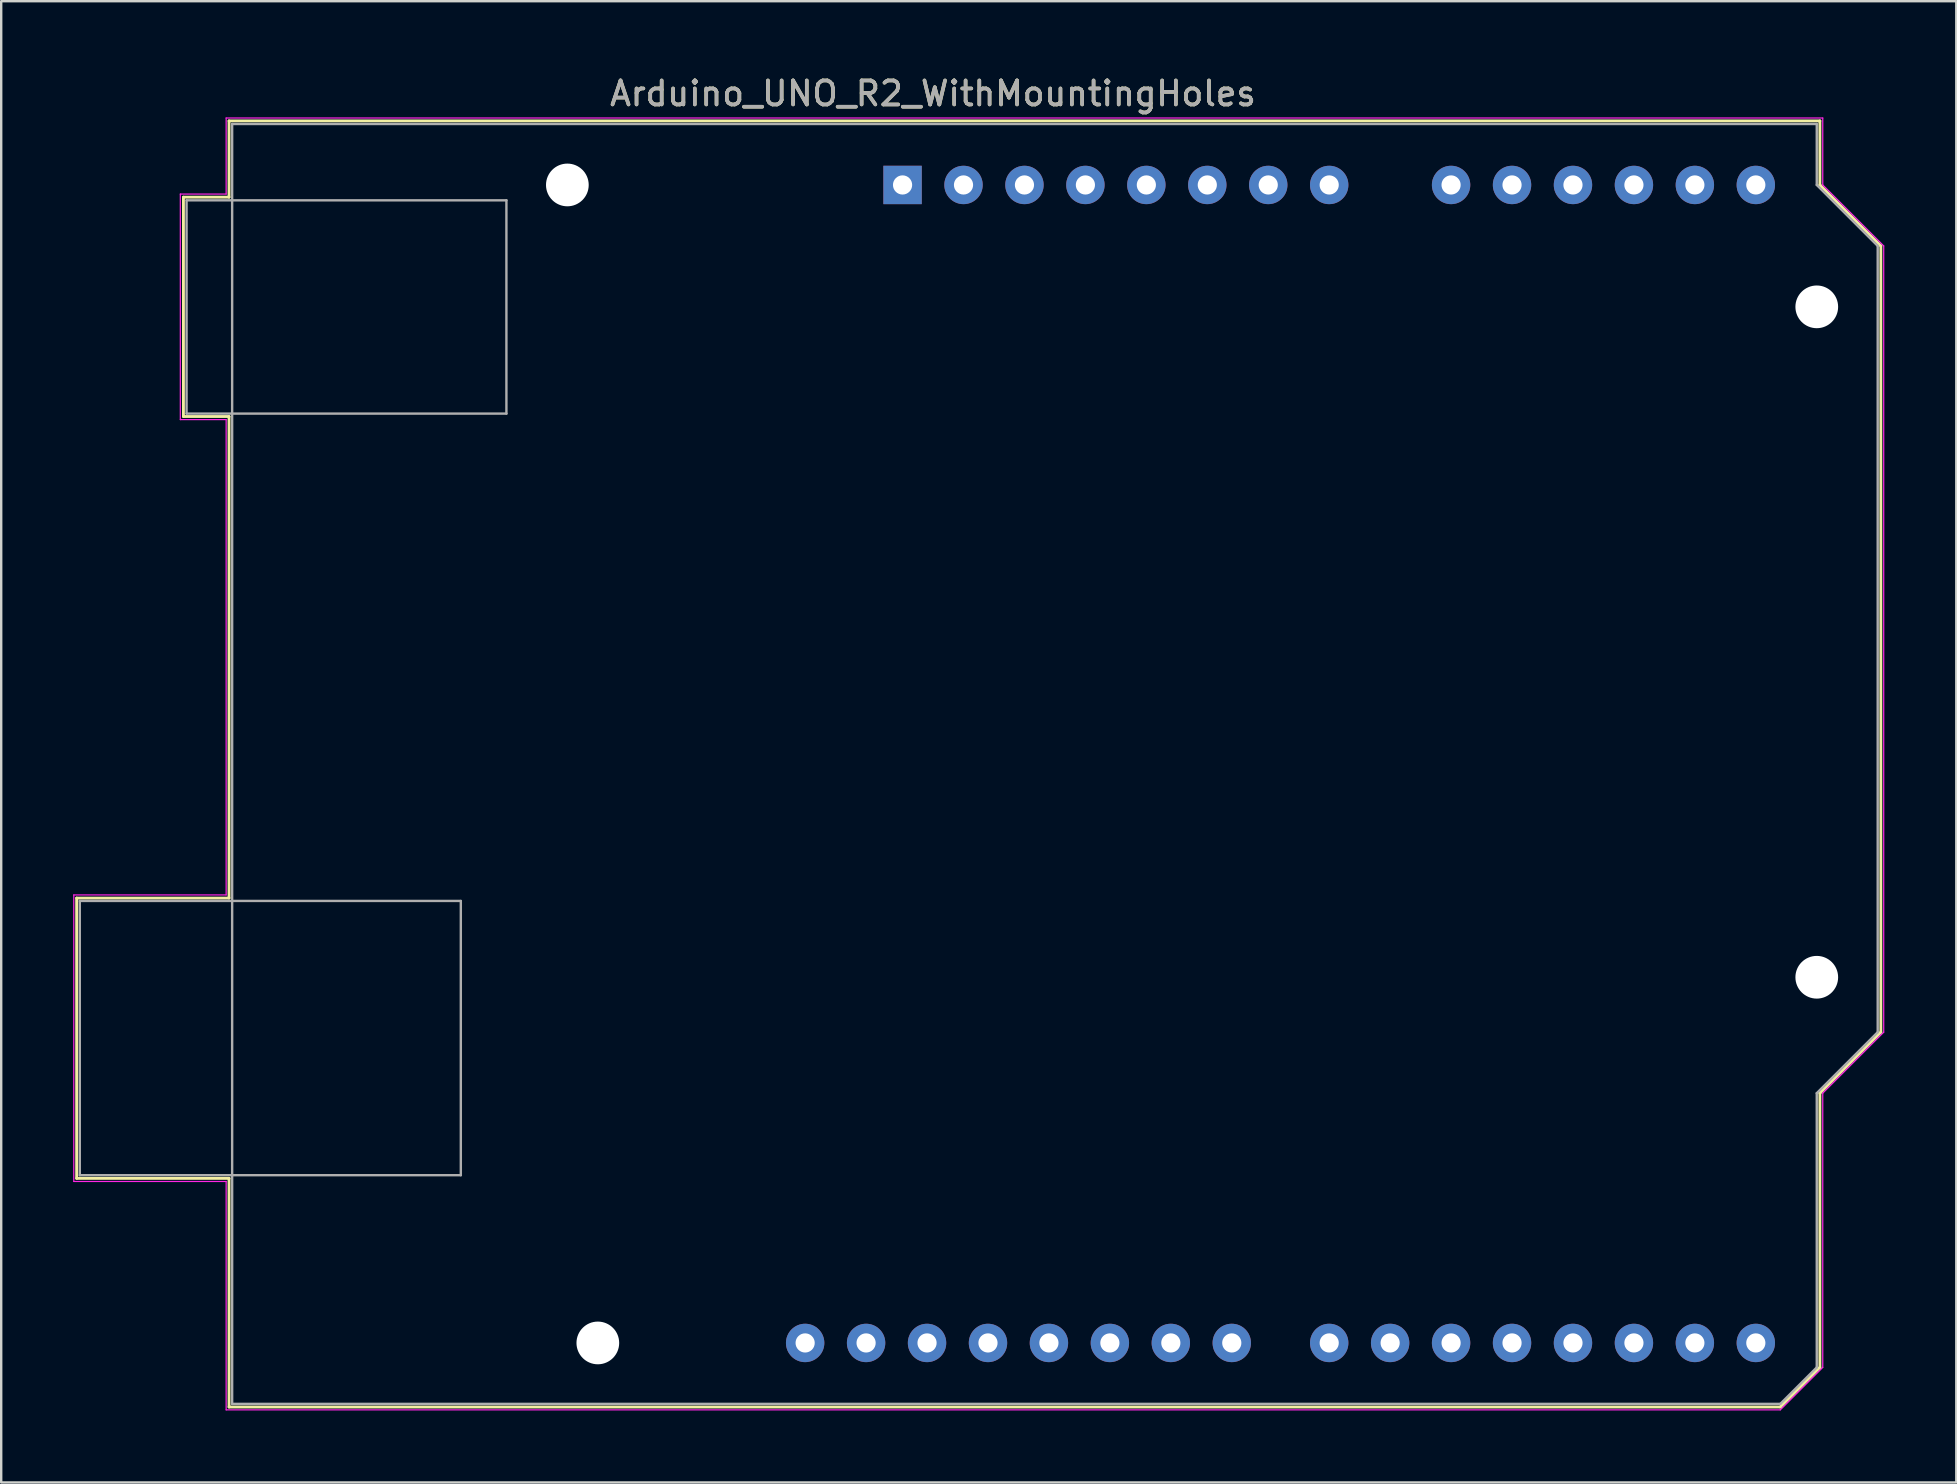
<source format=kicad_pcb>
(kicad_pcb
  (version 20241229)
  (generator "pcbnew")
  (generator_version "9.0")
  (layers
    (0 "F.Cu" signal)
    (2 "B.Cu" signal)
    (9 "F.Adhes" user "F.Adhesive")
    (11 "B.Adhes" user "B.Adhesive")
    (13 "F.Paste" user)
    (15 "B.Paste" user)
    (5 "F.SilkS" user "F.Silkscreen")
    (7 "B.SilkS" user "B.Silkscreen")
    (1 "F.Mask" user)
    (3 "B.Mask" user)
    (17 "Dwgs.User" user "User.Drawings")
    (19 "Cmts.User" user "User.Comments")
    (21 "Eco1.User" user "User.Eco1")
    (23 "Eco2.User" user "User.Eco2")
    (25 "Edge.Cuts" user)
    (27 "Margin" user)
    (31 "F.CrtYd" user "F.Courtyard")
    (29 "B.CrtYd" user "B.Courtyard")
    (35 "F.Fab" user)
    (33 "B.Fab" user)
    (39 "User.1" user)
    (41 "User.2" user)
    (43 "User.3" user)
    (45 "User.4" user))
  (footprint "Arduino_UNO_R2_WithMountingHoles"
    (layer "F.Cu")
    (at 34.565 4.658)
    (property "Reference" "Arduino_UNO_R2_WithMountingHoles" (at 1.27 -3.81 180) (layer "F.SilkS") (effects (font (size 1 1) (thickness 0.15))))
    (attr through_hole)
    (fp_line (start -34.42 29.72) (end -34.42 41.4) (stroke (width 0.12) (type solid)) (layer "F.SilkS"))
    (fp_line (start -34.42 41.4) (end -28.07 41.4) (stroke (width 0.12) (type solid)) (layer "F.SilkS"))
    (fp_line (start -29.97 0.51) (end -29.97 9.65) (stroke (width 0.12) (type solid)) (layer "F.SilkS"))
    (fp_line (start -29.97 9.65) (end -28.07 9.65) (stroke (width 0.12) (type solid)) (layer "F.SilkS"))
    (fp_line (start -28.07 -2.67) (end -28.07 0.51) (stroke (width 0.12) (type solid)) (layer "F.SilkS"))
    (fp_line (start -28.07 0.51) (end -29.97 0.51) (stroke (width 0.12) (type solid)) (layer "F.SilkS"))
    (fp_line (start -28.07 9.65) (end -28.07 29.72) (stroke (width 0.12) (type solid)) (layer "F.SilkS"))
    (fp_line (start -28.07 29.72) (end -34.42 29.72) (stroke (width 0.12) (type solid)) (layer "F.SilkS"))
    (fp_line (start -28.07 41.4) (end -28.07 50.93) (stroke (width 0.12) (type solid)) (layer "F.SilkS"))
    (fp_line (start -28.07 50.93) (end 36.58 50.93) (stroke (width 0.12) (type solid)) (layer "F.SilkS"))
    (fp_line (start 36.58 50.93) (end 38.23 49.28) (stroke (width 0.12) (type solid)) (layer "F.SilkS"))
    (fp_line (start 38.23 -2.67) (end -28.07 -2.67) (stroke (width 0.12) (type solid)) (layer "F.SilkS"))
    (fp_line (start 38.23 0) (end 38.23 -2.67) (stroke (width 0.12) (type solid)) (layer "F.SilkS"))
    (fp_line (start 38.23 37.85) (end 40.77 35.31) (stroke (width 0.12) (type solid)) (layer "F.SilkS"))
    (fp_line (start 38.23 49.28) (end 38.23 37.85) (stroke (width 0.12) (type solid)) (layer "F.SilkS"))
    (fp_line (start 40.77 2.54) (end 38.23 0) (stroke (width 0.12) (type solid)) (layer "F.SilkS"))
    (fp_line (start 40.77 35.31) (end 40.77 2.54) (stroke (width 0.12) (type solid)) (layer "F.SilkS"))
    (fp_line (start -34.54 29.59) (end -28.19 29.59) (stroke (width 0.05) (type solid)) (layer "F.CrtYd"))
    (fp_line (start -34.54 41.53) (end -34.54 29.59) (stroke (width 0.05) (type solid)) (layer "F.CrtYd"))
    (fp_line (start -30.1 0.38) (end -28.19 0.38) (stroke (width 0.05) (type solid)) (layer "F.CrtYd"))
    (fp_line (start -30.1 9.78) (end -30.1 0.38) (stroke (width 0.05) (type solid)) (layer "F.CrtYd"))
    (fp_line (start -28.19 -2.79) (end 38.35 -2.79) (stroke (width 0.05) (type solid)) (layer "F.CrtYd"))
    (fp_line (start -28.19 0.38) (end -28.19 -2.79) (stroke (width 0.05) (type solid)) (layer "F.CrtYd"))
    (fp_line (start -28.19 9.78) (end -30.1 9.78) (stroke (width 0.05) (type solid)) (layer "F.CrtYd"))
    (fp_line (start -28.19 29.59) (end -28.19 9.78) (stroke (width 0.05) (type solid)) (layer "F.CrtYd"))
    (fp_line (start -28.19 41.53) (end -34.54 41.53) (stroke (width 0.05) (type solid)) (layer "F.CrtYd"))
    (fp_line (start -28.19 51.05) (end -28.19 41.53) (stroke (width 0.05) (type solid)) (layer "F.CrtYd"))
    (fp_line (start 36.58 51.05) (end -28.19 51.05) (stroke (width 0.05) (type solid)) (layer "F.CrtYd"))
    (fp_line (start 38.35 -2.79) (end 38.35 0) (stroke (width 0.05) (type solid)) (layer "F.CrtYd"))
    (fp_line (start 38.35 0) (end 40.89 2.54) (stroke (width 0.05) (type solid)) (layer "F.CrtYd"))
    (fp_line (start 38.35 37.85) (end 38.35 49.28) (stroke (width 0.05) (type solid)) (layer "F.CrtYd"))
    (fp_line (start 38.35 49.28) (end 36.58 51.05) (stroke (width 0.05) (type solid)) (layer "F.CrtYd"))
    (fp_line (start 40.89 2.54) (end 40.89 35.31) (stroke (width 0.05) (type solid)) (layer "F.CrtYd"))
    (fp_line (start 40.89 35.31) (end 38.35 37.85) (stroke (width 0.05) (type solid)) (layer "F.CrtYd"))
    (fp_line (start -34.29 29.84) (end -18.41 29.84) (stroke (width 0.1) (type solid)) (layer "F.Fab"))
    (fp_line (start -34.29 41.27) (end -34.29 29.84) (stroke (width 0.1) (type solid)) (layer "F.Fab"))
    (fp_line (start -29.84 0.64) (end -16.51 0.64) (stroke (width 0.1) (type solid)) (layer "F.Fab"))
    (fp_line (start -29.84 9.53) (end -29.84 0.64) (stroke (width 0.1) (type solid)) (layer "F.Fab"))
    (fp_line (start -27.94 -2.54) (end 38.1 -2.54) (stroke (width 0.1) (type solid)) (layer "F.Fab"))
    (fp_line (start -27.94 50.8) (end -27.94 -2.54) (stroke (width 0.1) (type solid)) (layer "F.Fab"))
    (fp_line (start -18.41 29.84) (end -18.41 41.27) (stroke (width 0.1) (type solid)) (layer "F.Fab"))
    (fp_line (start -18.41 41.27) (end -34.29 41.27) (stroke (width 0.1) (type solid)) (layer "F.Fab"))
    (fp_line (start -16.51 0.64) (end -16.51 9.53) (stroke (width 0.1) (type solid)) (layer "F.Fab"))
    (fp_line (start -16.51 9.53) (end -29.84 9.53) (stroke (width 0.1) (type solid)) (layer "F.Fab"))
    (fp_line (start 36.58 50.8) (end -27.94 50.8) (stroke (width 0.1) (type solid)) (layer "F.Fab"))
    (fp_line (start 38.1 -2.54) (end 38.1 0) (stroke (width 0.1) (type solid)) (layer "F.Fab"))
    (fp_line (start 38.1 0) (end 40.64 2.54) (stroke (width 0.1) (type solid)) (layer "F.Fab"))
    (fp_line (start 38.1 37.85) (end 38.1 49.28) (stroke (width 0.1) (type solid)) (layer "F.Fab"))
    (fp_line (start 38.1 49.28) (end 36.58 50.8) (stroke (width 0.1) (type solid)) (layer "F.Fab"))
    (fp_line (start 40.64 2.54) (end 40.64 35.31) (stroke (width 0.1) (type solid)) (layer "F.Fab"))
    (fp_line (start 40.64 35.31) (end 38.1 37.85) (stroke (width 0.1) (type solid)) (layer "F.Fab"))
    (fp_text user "${REFERENCE}" (at 1.27 -3.81 180) (layer "F.Fab") (effects (font (size 1 1) (thickness 0.15))))
    (pad "" np_thru_hole circle (at -13.97 0 90) (size 1.78 1.78) (drill 1.78) (layers "*.Cu" "*.Mask"))
    (pad "" np_thru_hole circle (at -12.7 48.26 90) (size 1.78 1.78) (drill 1.78) (layers "*.Cu" "*.Mask"))
    (pad "" np_thru_hole circle (at 38.1 5.08 90) (size 1.78 1.78) (drill 1.78) (layers "*.Cu" "*.Mask"))
    (pad "" np_thru_hole circle (at 38.1 33.02 90) (size 1.78 1.78) (drill 1.78) (layers "*.Cu" "*.Mask"))
    (pad "1" thru_hole rect (at 0 0 90) (size 1.6 1.6) (drill 0.8) (layers "*.Cu" "*.Mask"))
    (pad "2" thru_hole oval (at 2.54 0 90) (size 1.6 1.6) (drill 0.8) (layers "*.Cu" "*.Mask"))
    (pad "3" thru_hole oval (at 5.08 0 90) (size 1.6 1.6) (drill 0.8) (layers "*.Cu" "*.Mask"))
    (pad "4" thru_hole oval (at 7.62 0 90) (size 1.6 1.6) (drill 0.8) (layers "*.Cu" "*.Mask"))
    (pad "5" thru_hole oval (at 10.16 0 90) (size 1.6 1.6) (drill 0.8) (layers "*.Cu" "*.Mask"))
    (pad "6" thru_hole oval (at 12.7 0 90) (size 1.6 1.6) (drill 0.8) (layers "*.Cu" "*.Mask"))
    (pad "7" thru_hole oval (at 15.24 0 90) (size 1.6 1.6) (drill 0.8) (layers "*.Cu" "*.Mask"))
    (pad "8" thru_hole oval (at 17.78 0 90) (size 1.6 1.6) (drill 0.8) (layers "*.Cu" "*.Mask"))
    (pad "9" thru_hole oval (at 22.86 0 90) (size 1.6 1.6) (drill 0.8) (layers "*.Cu" "*.Mask"))
    (pad "10" thru_hole oval (at 25.4 0 90) (size 1.6 1.6) (drill 0.8) (layers "*.Cu" "*.Mask"))
    (pad "11" thru_hole oval (at 27.94 0 90) (size 1.6 1.6) (drill 0.8) (layers "*.Cu" "*.Mask"))
    (pad "12" thru_hole oval (at 30.48 0 90) (size 1.6 1.6) (drill 0.8) (layers "*.Cu" "*.Mask"))
    (pad "13" thru_hole oval (at 33.02 0 90) (size 1.6 1.6) (drill 0.8) (layers "*.Cu" "*.Mask"))
    (pad "14" thru_hole oval (at 35.56 0 90) (size 1.6 1.6) (drill 0.8) (layers "*.Cu" "*.Mask"))
    (pad "15" thru_hole oval (at 35.56 48.26 90) (size 1.6 1.6) (drill 0.8) (layers "*.Cu" "*.Mask"))
    (pad "16" thru_hole oval (at 33.02 48.26 90) (size 1.6 1.6) (drill 0.8) (layers "*.Cu" "*.Mask"))
    (pad "17" thru_hole oval (at 30.48 48.26 90) (size 1.6 1.6) (drill 0.8) (layers "*.Cu" "*.Mask"))
    (pad "18" thru_hole oval (at 27.94 48.26 90) (size 1.6 1.6) (drill 0.8) (layers "*.Cu" "*.Mask"))
    (pad "19" thru_hole oval (at 25.4 48.26 90) (size 1.6 1.6) (drill 0.8) (layers "*.Cu" "*.Mask"))
    (pad "20" thru_hole oval (at 22.86 48.26 90) (size 1.6 1.6) (drill 0.8) (layers "*.Cu" "*.Mask"))
    (pad "21" thru_hole oval (at 20.32 48.26 90) (size 1.6 1.6) (drill 0.8) (layers "*.Cu" "*.Mask"))
    (pad "22" thru_hole oval (at 17.78 48.26 90) (size 1.6 1.6) (drill 0.8) (layers "*.Cu" "*.Mask"))
    (pad "23" thru_hole oval (at 13.72 48.26 90) (size 1.6 1.6) (drill 0.8) (layers "*.Cu" "*.Mask"))
    (pad "24" thru_hole oval (at 11.18 48.26 90) (size 1.6 1.6) (drill 0.8) (layers "*.Cu" "*.Mask"))
    (pad "25" thru_hole oval (at 8.64 48.26 90) (size 1.6 1.6) (drill 0.8) (layers "*.Cu" "*.Mask"))
    (pad "26" thru_hole oval (at 6.1 48.26 90) (size 1.6 1.6) (drill 0.8) (layers "*.Cu" "*.Mask"))
    (pad "27" thru_hole oval (at 3.56 48.26 90) (size 1.6 1.6) (drill 0.8) (layers "*.Cu" "*.Mask"))
    (pad "28" thru_hole oval (at 1.02 48.26 90) (size 1.6 1.6) (drill 0.8) (layers "*.Cu" "*.Mask"))
    (pad "29" thru_hole oval (at -1.52 48.26 90) (size 1.6 1.6) (drill 0.8) (layers "*.Cu" "*.Mask"))
    (pad "30" thru_hole oval (at -4.06 48.26 90) (size 1.6 1.6) (drill 0.8) (layers "*.Cu" "*.Mask")))
  (gr_rect
    (start -3 -3)
    (end 78.48 58.733)
    (stroke (width 0.1) (type default))
    (fill no)
    (layer "Edge.Cuts")))
</source>
